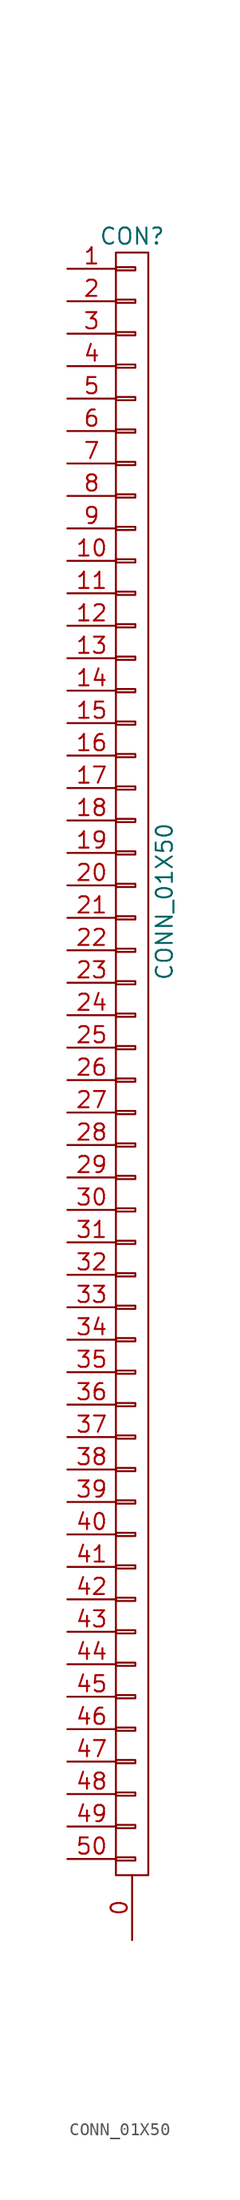
<source format=kicad_sym>
(kicad_symbol_lib
  (version 20220914)
  (generator kicad_symbol_editor)
  (symbol "CONN_01X50"
    (pin_names
      (offset 1.016) hide)
    (property "Reference" "CON"
      (at 0 64.77 0)
      (effects (font (size 1.27 1.27))))
    (property "Value" "CONN_01X50"
      (at 2.54 12.7 90)
      (effects (font (size 1.27 1.27))))
    (property "Footprint" ""
      (at 0 12.7 0)
      (effects (font (size 1.27 1.27))))
    (property "Datasheet" ""
      (at 0 12.7 0)
      (effects (font (size 1.27 1.27))))
    (symbol "CONN_01X50_0_1"
      (rectangle (start -1.27 -63.5) (end 1.27 63.5) (stroke (width 0) (type solid)) (fill (type none)))
      (rectangle (start -1.27 -62.103) (end 0.254 -62.357) (stroke (width 0) (type solid)) (fill (type none)))
      (rectangle (start -1.27 -59.563) (end 0.254 -59.817) (stroke (width 0) (type solid)) (fill (type none)))
      (rectangle (start -1.27 -57.023) (end 0.254 -57.277) (stroke (width 0) (type solid)) (fill (type none)))
      (rectangle (start -1.27 -54.483) (end 0.254 -54.737) (stroke (width 0) (type solid)) (fill (type none)))
      (rectangle (start -1.27 -51.943) (end 0.254 -52.197) (stroke (width 0) (type solid)) (fill (type none)))
      (rectangle (start -1.27 -49.403) (end 0.254 -49.657) (stroke (width 0) (type solid)) (fill (type none)))
      (rectangle (start -1.27 -46.863) (end 0.254 -47.117) (stroke (width 0) (type solid)) (fill (type none)))
      (rectangle (start -1.27 -44.323) (end 0.254 -44.577) (stroke (width 0) (type solid)) (fill (type none)))
      (rectangle (start -1.27 -41.783) (end 0.254 -42.037) (stroke (width 0) (type solid)) (fill (type none)))
      (rectangle (start -1.27 -39.243) (end 0.254 -39.497) (stroke (width 0) (type solid)) (fill (type none)))
      (rectangle (start -1.27 -36.703) (end 0.254 -36.957) (stroke (width 0) (type solid)) (fill (type none)))
      (rectangle (start -1.27 -34.163) (end 0.254 -34.417) (stroke (width 0) (type solid)) (fill (type none)))
      (rectangle (start -1.27 -31.623) (end 0.254 -31.877) (stroke (width 0) (type solid)) (fill (type none)))
      (rectangle (start -1.27 -29.083) (end 0.254 -29.337) (stroke (width 0) (type solid)) (fill (type none)))
      (rectangle (start -1.27 -26.543) (end 0.254 -26.797) (stroke (width 0) (type solid)) (fill (type none)))
      (rectangle (start -1.27 -24.003) (end 0.254 -24.257) (stroke (width 0) (type solid)) (fill (type none)))
      (rectangle (start -1.27 -21.463) (end 0.254 -21.717) (stroke (width 0) (type solid)) (fill (type none)))
      (rectangle (start -1.27 -18.923) (end 0.254 -19.177) (stroke (width 0) (type solid)) (fill (type none)))
      (rectangle (start -1.27 -16.383) (end 0.254 -16.637) (stroke (width 0) (type solid)) (fill (type none)))
      (rectangle (start -1.27 -13.843) (end 0.254 -14.097) (stroke (width 0) (type solid)) (fill (type none)))
      (rectangle (start -1.27 -11.303) (end 0.254 -11.557) (stroke (width 0) (type solid)) (fill (type none)))
      (rectangle (start -1.27 -8.763) (end 0.254 -9.017) (stroke (width 0) (type solid)) (fill (type none)))
      (rectangle (start -1.27 -6.223) (end 0.254 -6.477) (stroke (width 0) (type solid)) (fill (type none)))
      (rectangle (start -1.27 -3.683) (end 0.254 -3.937) (stroke (width 0) (type solid)) (fill (type none)))
      (rectangle (start -1.27 -1.143) (end 0.254 -1.397) (stroke (width 0) (type solid)) (fill (type none)))
      (rectangle (start -1.27 1.397) (end 0.254 1.143) (stroke (width 0) (type solid)) (fill (type none)))
      (rectangle (start -1.27 3.937) (end 0.254 3.683) (stroke (width 0) (type solid)) (fill (type none)))
      (rectangle (start -1.27 6.477) (end 0.254 6.223) (stroke (width 0) (type solid)) (fill (type none)))
      (rectangle (start -1.27 9.017) (end 0.254 8.763) (stroke (width 0) (type solid)) (fill (type none)))
      (rectangle (start -1.27 11.557) (end 0.254 11.303) (stroke (width 0) (type solid)) (fill (type none)))
      (rectangle (start -1.27 14.097) (end 0.254 13.843) (stroke (width 0) (type solid)) (fill (type none)))
      (rectangle (start -1.27 16.637) (end 0.254 16.383) (stroke (width 0) (type solid)) (fill (type none)))
      (rectangle (start -1.27 19.177) (end 0.254 18.923) (stroke (width 0) (type solid)) (fill (type none)))
      (rectangle (start -1.27 21.717) (end 0.254 21.463) (stroke (width 0) (type solid)) (fill (type none)))
      (rectangle (start -1.27 24.257) (end 0.254 24.003) (stroke (width 0) (type solid)) (fill (type none)))
      (rectangle (start -1.27 26.797) (end 0.254 26.543) (stroke (width 0) (type solid)) (fill (type none)))
      (rectangle (start -1.27 29.337) (end 0.254 29.083) (stroke (width 0) (type solid)) (fill (type none)))
      (rectangle (start -1.27 31.877) (end 0.254 31.623) (stroke (width 0) (type solid)) (fill (type none)))
      (rectangle (start -1.27 34.417) (end 0.254 34.163) (stroke (width 0) (type solid)) (fill (type none)))
      (rectangle (start -1.27 36.957) (end 0.254 36.703) (stroke (width 0) (type solid)) (fill (type none)))
      (rectangle (start -1.27 39.497) (end 0.254 39.243) (stroke (width 0) (type solid)) (fill (type none)))
      (rectangle (start -1.27 42.037) (end 0.254 41.783) (stroke (width 0) (type solid)) (fill (type none)))
      (rectangle (start -1.27 44.577) (end 0.254 44.323) (stroke (width 0) (type solid)) (fill (type none)))
      (rectangle (start -1.27 47.117) (end 0.254 46.863) (stroke (width 0) (type solid)) (fill (type none)))
      (rectangle (start -1.27 49.657) (end 0.254 49.403) (stroke (width 0) (type solid)) (fill (type none)))
      (rectangle (start -1.27 52.197) (end 0.254 51.943) (stroke (width 0) (type solid)) (fill (type none)))
      (rectangle (start -1.27 54.737) (end 0.254 54.483) (stroke (width 0) (type solid)) (fill (type none)))
      (rectangle (start -1.27 57.277) (end 0.254 57.023) (stroke (width 0) (type solid)) (fill (type none)))
      (rectangle (start -1.27 59.817) (end 0.254 59.563) (stroke (width 0) (type solid)) (fill (type none)))
      (rectangle (start -1.27 62.357) (end 0.254 62.103) (stroke (width 0) (type solid)) (fill (type none))))
    (symbol "CONN_01X50_1_1"
      (pin passive line (at 0 -68.58 90) (length 5.08) (name "P0" (effects (font (size 1.27 1.27)))) (number "0" (effects (font (size 1.27 1.27)))))
      (pin passive line (at -5.08 62.23 0) (length 3.81) (name "P1" (effects (font (size 1.27 1.27)))) (number "1" (effects (font (size 1.27 1.27)))))
      (pin passive line (at -5.08 39.37 0) (length 3.81) (name "P10" (effects (font (size 1.27 1.27)))) (number "10" (effects (font (size 1.27 1.27)))))
      (pin passive line (at -5.08 36.83 0) (length 3.81) (name "P11" (effects (font (size 1.27 1.27)))) (number "11" (effects (font (size 1.27 1.27)))))
      (pin passive line (at -5.08 34.29 0) (length 3.81) (name "P12" (effects (font (size 1.27 1.27)))) (number "12" (effects (font (size 1.27 1.27)))))
      (pin passive line (at -5.08 31.75 0) (length 3.81) (name "P13" (effects (font (size 1.27 1.27)))) (number "13" (effects (font (size 1.27 1.27)))))
      (pin passive line (at -5.08 29.21 0) (length 3.81) (name "P14" (effects (font (size 1.27 1.27)))) (number "14" (effects (font (size 1.27 1.27)))))
      (pin passive line (at -5.08 26.67 0) (length 3.81) (name "P15" (effects (font (size 1.27 1.27)))) (number "15" (effects (font (size 1.27 1.27)))))
      (pin passive line (at -5.08 24.13 0) (length 3.81) (name "P16" (effects (font (size 1.27 1.27)))) (number "16" (effects (font (size 1.27 1.27)))))
      (pin passive line (at -5.08 21.59 0) (length 3.81) (name "P17" (effects (font (size 1.27 1.27)))) (number "17" (effects (font (size 1.27 1.27)))))
      (pin passive line (at -5.08 19.05 0) (length 3.81) (name "P18" (effects (font (size 1.27 1.27)))) (number "18" (effects (font (size 1.27 1.27)))))
      (pin passive line (at -5.08 16.51 0) (length 3.81) (name "P19" (effects (font (size 1.27 1.27)))) (number "19" (effects (font (size 1.27 1.27)))))
      (pin passive line (at -5.08 59.69 0) (length 3.81) (name "P2" (effects (font (size 1.27 1.27)))) (number "2" (effects (font (size 1.27 1.27)))))
      (pin passive line (at -5.08 13.97 0) (length 3.81) (name "P20" (effects (font (size 1.27 1.27)))) (number "20" (effects (font (size 1.27 1.27)))))
      (pin passive line (at -5.08 11.43 0) (length 3.81) (name "P21" (effects (font (size 1.27 1.27)))) (number "21" (effects (font (size 1.27 1.27)))))
      (pin passive line (at -5.08 8.89 0) (length 3.81) (name "P22" (effects (font (size 1.27 1.27)))) (number "22" (effects (font (size 1.27 1.27)))))
      (pin passive line (at -5.08 6.35 0) (length 3.81) (name "P23" (effects (font (size 1.27 1.27)))) (number "23" (effects (font (size 1.27 1.27)))))
      (pin passive line (at -5.08 3.81 0) (length 3.81) (name "P24" (effects (font (size 1.27 1.27)))) (number "24" (effects (font (size 1.27 1.27)))))
      (pin passive line (at -5.08 1.27 0) (length 3.81) (name "P25" (effects (font (size 1.27 1.27)))) (number "25" (effects (font (size 1.27 1.27)))))
      (pin passive line (at -5.08 -1.27 0) (length 3.81) (name "P26" (effects (font (size 1.27 1.27)))) (number "26" (effects (font (size 1.27 1.27)))))
      (pin passive line (at -5.08 -3.81 0) (length 3.81) (name "P27" (effects (font (size 1.27 1.27)))) (number "27" (effects (font (size 1.27 1.27)))))
      (pin passive line (at -5.08 -6.35 0) (length 3.81) (name "P28" (effects (font (size 1.27 1.27)))) (number "28" (effects (font (size 1.27 1.27)))))
      (pin passive line (at -5.08 -8.89 0) (length 3.81) (name "P29" (effects (font (size 1.27 1.27)))) (number "29" (effects (font (size 1.27 1.27)))))
      (pin passive line (at -5.08 57.15 0) (length 3.81) (name "P3" (effects (font (size 1.27 1.27)))) (number "3" (effects (font (size 1.27 1.27)))))
      (pin passive line (at -5.08 -11.43 0) (length 3.81) (name "P30" (effects (font (size 1.27 1.27)))) (number "30" (effects (font (size 1.27 1.27)))))
      (pin passive line (at -5.08 -13.97 0) (length 3.81) (name "P31" (effects (font (size 1.27 1.27)))) (number "31" (effects (font (size 1.27 1.27)))))
      (pin passive line (at -5.08 -16.51 0) (length 3.81) (name "P32" (effects (font (size 1.27 1.27)))) (number "32" (effects (font (size 1.27 1.27)))))
      (pin passive line (at -5.08 -19.05 0) (length 3.81) (name "P33" (effects (font (size 1.27 1.27)))) (number "33" (effects (font (size 1.27 1.27)))))
      (pin passive line (at -5.08 -21.59 0) (length 3.81) (name "P34" (effects (font (size 1.27 1.27)))) (number "34" (effects (font (size 1.27 1.27)))))
      (pin passive line (at -5.08 -24.13 0) (length 3.81) (name "P35" (effects (font (size 1.27 1.27)))) (number "35" (effects (font (size 1.27 1.27)))))
      (pin passive line (at -5.08 -26.67 0) (length 3.81) (name "P36" (effects (font (size 1.27 1.27)))) (number "36" (effects (font (size 1.27 1.27)))))
      (pin passive line (at -5.08 -29.21 0) (length 3.81) (name "P37" (effects (font (size 1.27 1.27)))) (number "37" (effects (font (size 1.27 1.27)))))
      (pin passive line (at -5.08 -31.75 0) (length 3.81) (name "P38" (effects (font (size 1.27 1.27)))) (number "38" (effects (font (size 1.27 1.27)))))
      (pin passive line (at -5.08 -34.29 0) (length 3.81) (name "P39" (effects (font (size 1.27 1.27)))) (number "39" (effects (font (size 1.27 1.27)))))
      (pin passive line (at -5.08 54.61 0) (length 3.81) (name "P4" (effects (font (size 1.27 1.27)))) (number "4" (effects (font (size 1.27 1.27)))))
      (pin passive line (at -5.08 -36.83 0) (length 3.81) (name "P40" (effects (font (size 1.27 1.27)))) (number "40" (effects (font (size 1.27 1.27)))))
      (pin passive line (at -5.08 -39.37 0) (length 3.81) (name "P4" (effects (font (size 1.27 1.27)))) (number "41" (effects (font (size 1.27 1.27)))))
      (pin passive line (at -5.08 -41.91 0) (length 3.81) (name "P42" (effects (font (size 1.27 1.27)))) (number "42" (effects (font (size 1.27 1.27)))))
      (pin passive line (at -5.08 -44.45 0) (length 3.81) (name "P43" (effects (font (size 1.27 1.27)))) (number "43" (effects (font (size 1.27 1.27)))))
      (pin passive line (at -5.08 -46.99 0) (length 3.81) (name "P44" (effects (font (size 1.27 1.27)))) (number "44" (effects (font (size 1.27 1.27)))))
      (pin passive line (at -5.08 -49.53 0) (length 3.81) (name "P45" (effects (font (size 1.27 1.27)))) (number "45" (effects (font (size 1.27 1.27)))))
      (pin passive line (at -5.08 -52.07 0) (length 3.81) (name "P46" (effects (font (size 1.27 1.27)))) (number "46" (effects (font (size 1.27 1.27)))))
      (pin passive line (at -5.08 -54.61 0) (length 3.81) (name "P47" (effects (font (size 1.27 1.27)))) (number "47" (effects (font (size 1.27 1.27)))))
      (pin passive line (at -5.08 -57.15 0) (length 3.81) (name "P48" (effects (font (size 1.27 1.27)))) (number "48" (effects (font (size 1.27 1.27)))))
      (pin passive line (at -5.08 -59.69 0) (length 3.81) (name "P49" (effects (font (size 1.27 1.27)))) (number "49" (effects (font (size 1.27 1.27)))))
      (pin passive line (at -5.08 52.07 0) (length 3.81) (name "P5" (effects (font (size 1.27 1.27)))) (number "5" (effects (font (size 1.27 1.27)))))
      (pin passive line (at -5.08 -62.23 0) (length 3.81) (name "P50" (effects (font (size 1.27 1.27)))) (number "50" (effects (font (size 1.27 1.27)))))
      (pin passive line (at -5.08 49.53 0) (length 3.81) (name "P6" (effects (font (size 1.27 1.27)))) (number "6" (effects (font (size 1.27 1.27)))))
      (pin passive line (at -5.08 46.99 0) (length 3.81) (name "P7" (effects (font (size 1.27 1.27)))) (number "7" (effects (font (size 1.27 1.27)))))
      (pin passive line (at -5.08 44.45 0) (length 3.81) (name "P8" (effects (font (size 1.27 1.27)))) (number "8" (effects (font (size 1.27 1.27)))))
      (pin passive line (at -5.08 41.91 0) (length 3.81) (name "P9" (effects (font (size 1.27 1.27)))) (number "9" (effects (font (size 1.27 1.27))))))))
</source>
